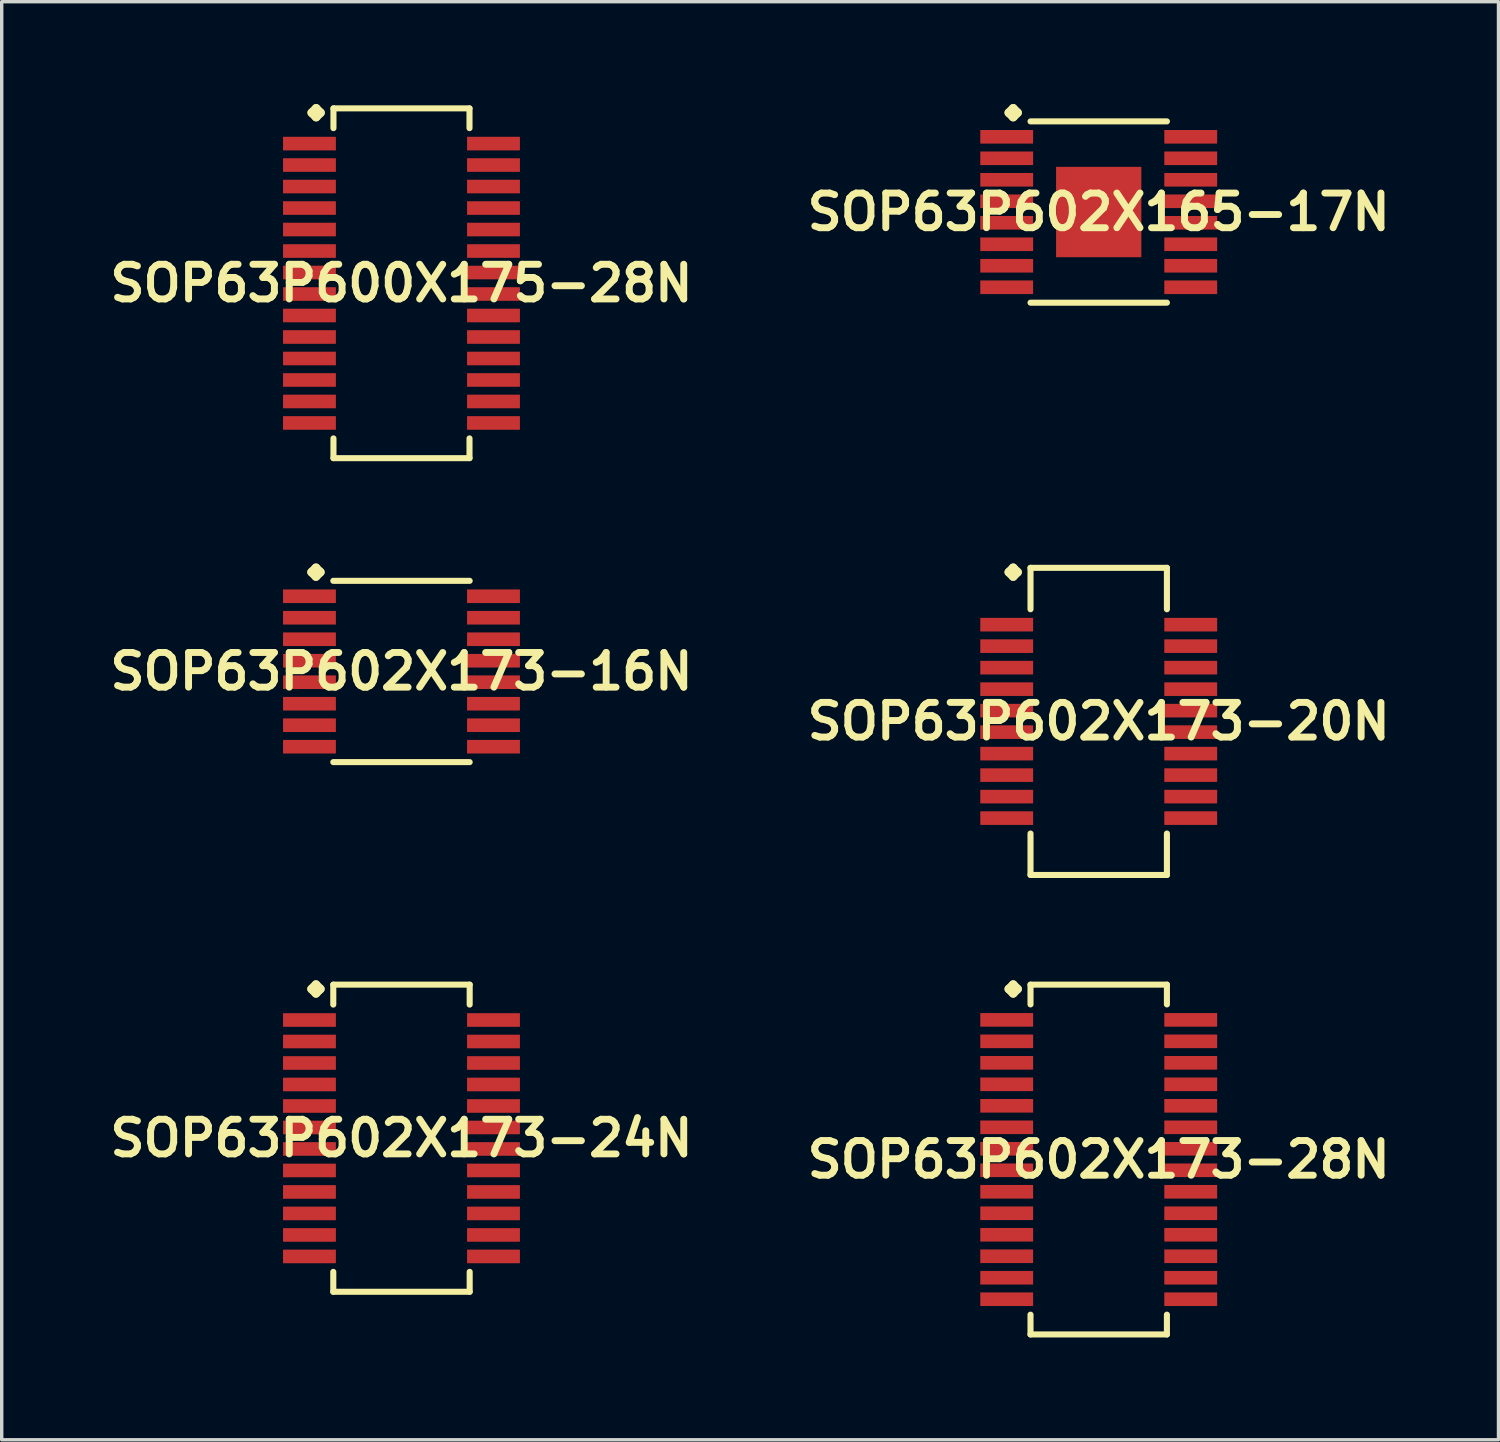
<source format=kicad_pcb>
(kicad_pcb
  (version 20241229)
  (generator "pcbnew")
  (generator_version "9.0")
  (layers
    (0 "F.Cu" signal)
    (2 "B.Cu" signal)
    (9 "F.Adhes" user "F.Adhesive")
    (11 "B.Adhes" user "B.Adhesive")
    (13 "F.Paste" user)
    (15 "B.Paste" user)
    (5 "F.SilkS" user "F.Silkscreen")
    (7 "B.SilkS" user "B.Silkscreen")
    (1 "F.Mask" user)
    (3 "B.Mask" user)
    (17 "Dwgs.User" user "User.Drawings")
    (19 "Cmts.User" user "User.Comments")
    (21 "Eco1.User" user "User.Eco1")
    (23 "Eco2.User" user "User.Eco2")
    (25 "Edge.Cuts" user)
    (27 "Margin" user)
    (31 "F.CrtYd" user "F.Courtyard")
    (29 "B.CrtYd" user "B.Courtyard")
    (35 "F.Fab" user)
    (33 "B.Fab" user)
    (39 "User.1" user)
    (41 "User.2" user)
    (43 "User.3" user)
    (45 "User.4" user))
  (footprint "SOP63P602X165-17N"
    (layer "F.Cu")
    (at 29.155 3.165)
    (property "Reference" "SOP63P602X165-17N" (at 0 0 0) (layer "F.SilkS") (effects (font (size 1.016 1.016) (thickness 0.203))))
    (attr smd)
    (fp_line (start -2.634 -2.911) (end -2.507 -3.038) (stroke (width 0.254) (type solid)) (layer "F.SilkS"))
    (fp_line (start -2.507 -3.038) (end -2.38 -2.911) (stroke (width 0.254) (type solid)) (layer "F.SilkS"))
    (fp_line (start -2.507 -2.784) (end -2.634 -2.911) (stroke (width 0.254) (type solid)) (layer "F.SilkS"))
    (fp_line (start -2.38 -2.911) (end -2.507 -2.784) (stroke (width 0.254) (type solid)) (layer "F.SilkS"))
    (fp_line (start -1.999 -2.657) (end 1.999 -2.657) (stroke (width 0.178) (type solid)) (layer "F.SilkS"))
    (fp_line (start -1.999 2.657) (end 1.999 2.657) (stroke (width 0.178) (type solid)) (layer "F.SilkS"))
    (pad "1" smd rect (at -2.697 -2.205) (size 1.549 0.399) (layers "F.Cu" "F.Mask" "F.Paste"))
    (pad "2" smd rect (at -2.697 -1.575) (size 1.549 0.399) (layers "F.Cu" "F.Mask" "F.Paste"))
    (pad "3" smd rect (at -2.697 -0.945) (size 1.549 0.399) (layers "F.Cu" "F.Mask" "F.Paste"))
    (pad "4" smd rect (at -2.697 -0.315) (size 1.549 0.399) (layers "F.Cu" "F.Mask" "F.Paste"))
    (pad "5" smd rect (at -2.697 0.315) (size 1.549 0.399) (layers "F.Cu" "F.Mask" "F.Paste"))
    (pad "6" smd rect (at -2.697 0.945) (size 1.549 0.399) (layers "F.Cu" "F.Mask" "F.Paste"))
    (pad "7" smd rect (at -2.697 1.575) (size 1.549 0.399) (layers "F.Cu" "F.Mask" "F.Paste"))
    (pad "8" smd rect (at -2.697 2.205) (size 1.549 0.399) (layers "F.Cu" "F.Mask" "F.Paste"))
    (pad "9" smd rect (at 2.697 2.205) (size 1.549 0.399) (layers "F.Cu" "F.Mask" "F.Paste"))
    (pad "10" smd rect (at 2.697 1.575) (size 1.549 0.399) (layers "F.Cu" "F.Mask" "F.Paste"))
    (pad "11" smd rect (at 2.697 0.945) (size 1.549 0.399) (layers "F.Cu" "F.Mask" "F.Paste"))
    (pad "12" smd rect (at 2.697 0.315) (size 1.549 0.399) (layers "F.Cu" "F.Mask" "F.Paste"))
    (pad "13" smd rect (at 2.697 -0.315) (size 1.549 0.399) (layers "F.Cu" "F.Mask" "F.Paste"))
    (pad "14" smd rect (at 2.697 -0.945) (size 1.549 0.399) (layers "F.Cu" "F.Mask" "F.Paste"))
    (pad "15" smd rect (at 2.697 -1.575) (size 1.549 0.399) (layers "F.Cu" "F.Mask" "F.Paste"))
    (pad "16" smd rect (at 2.697 -2.205) (size 1.549 0.399) (layers "F.Cu" "F.Mask" "F.Paste"))
    (pad "17" smd rect (at 0 0) (size 2.499 2.649) (layers "F.Cu" "F.Mask" "F.Paste")))
  (footprint "SOP63P602X173-16N"
    (layer "F.Cu")
    (at 8.718 16.632)
    (property "Reference" "SOP63P602X173-16N" (at 0 0 0) (layer "F.SilkS") (effects (font (size 1.016 1.016) (thickness 0.203))))
    (attr smd)
    (fp_line (start -2.634 -2.911) (end -2.507 -3.038) (stroke (width 0.254) (type solid)) (layer "F.SilkS"))
    (fp_line (start -2.507 -3.038) (end -2.38 -2.911) (stroke (width 0.254) (type solid)) (layer "F.SilkS"))
    (fp_line (start -2.507 -2.784) (end -2.634 -2.911) (stroke (width 0.254) (type solid)) (layer "F.SilkS"))
    (fp_line (start -2.38 -2.911) (end -2.507 -2.784) (stroke (width 0.254) (type solid)) (layer "F.SilkS"))
    (fp_line (start -1.999 -2.657) (end 1.999 -2.657) (stroke (width 0.178) (type solid)) (layer "F.SilkS"))
    (fp_line (start -1.999 2.657) (end 1.999 2.657) (stroke (width 0.178) (type solid)) (layer "F.SilkS"))
    (pad "1" smd rect (at -2.697 -2.205) (size 1.549 0.399) (layers "F.Cu" "F.Mask" "F.Paste"))
    (pad "2" smd rect (at -2.697 -1.575) (size 1.549 0.399) (layers "F.Cu" "F.Mask" "F.Paste"))
    (pad "3" smd rect (at -2.697 -0.945) (size 1.549 0.399) (layers "F.Cu" "F.Mask" "F.Paste"))
    (pad "4" smd rect (at -2.697 -0.315) (size 1.549 0.399) (layers "F.Cu" "F.Mask" "F.Paste"))
    (pad "5" smd rect (at -2.697 0.315) (size 1.549 0.399) (layers "F.Cu" "F.Mask" "F.Paste"))
    (pad "6" smd rect (at -2.697 0.945) (size 1.549 0.399) (layers "F.Cu" "F.Mask" "F.Paste"))
    (pad "7" smd rect (at -2.697 1.575) (size 1.549 0.399) (layers "F.Cu" "F.Mask" "F.Paste"))
    (pad "8" smd rect (at -2.697 2.205) (size 1.549 0.399) (layers "F.Cu" "F.Mask" "F.Paste"))
    (pad "9" smd rect (at 2.697 2.205) (size 1.549 0.399) (layers "F.Cu" "F.Mask" "F.Paste"))
    (pad "10" smd rect (at 2.697 1.575) (size 1.549 0.399) (layers "F.Cu" "F.Mask" "F.Paste"))
    (pad "11" smd rect (at 2.697 0.945) (size 1.549 0.399) (layers "F.Cu" "F.Mask" "F.Paste"))
    (pad "12" smd rect (at 2.697 0.315) (size 1.549 0.399) (layers "F.Cu" "F.Mask" "F.Paste"))
    (pad "13" smd rect (at 2.697 -0.315) (size 1.549 0.399) (layers "F.Cu" "F.Mask" "F.Paste"))
    (pad "14" smd rect (at 2.697 -0.945) (size 1.549 0.399) (layers "F.Cu" "F.Mask" "F.Paste"))
    (pad "15" smd rect (at 2.697 -1.575) (size 1.549 0.399) (layers "F.Cu" "F.Mask" "F.Paste"))
    (pad "16" smd rect (at 2.697 -2.205) (size 1.549 0.399) (layers "F.Cu" "F.Mask" "F.Paste")))
  (footprint "SOP63P602X173-20N"
    (layer "F.Cu")
    (at 29.155 18.095)
    (property "Reference" "SOP63P602X173-20N" (at 0 0 0) (layer "F.SilkS") (effects (font (size 1.016 1.016) (thickness 0.203))))
    (attr smd)
    (fp_line (start -2.634 -4.374) (end -2.507 -4.501) (stroke (width 0.254) (type solid)) (layer "F.SilkS"))
    (fp_line (start -2.507 -4.501) (end -2.38 -4.374) (stroke (width 0.254) (type solid)) (layer "F.SilkS"))
    (fp_line (start -2.507 -4.247) (end -2.634 -4.374) (stroke (width 0.254) (type solid)) (layer "F.SilkS"))
    (fp_line (start -2.38 -4.374) (end -2.507 -4.247) (stroke (width 0.254) (type solid)) (layer "F.SilkS"))
    (fp_line (start -1.999 -4.501) (end 1.999 -4.501) (stroke (width 0.178) (type solid)) (layer "F.SilkS"))
    (fp_line (start -1.999 -3.287) (end -1.999 -4.501) (stroke (width 0.178) (type solid)) (layer "F.SilkS"))
    (fp_line (start -1.999 3.287) (end -1.999 4.501) (stroke (width 0.178) (type solid)) (layer "F.SilkS"))
    (fp_line (start -1.999 4.501) (end 1.999 4.501) (stroke (width 0.178) (type solid)) (layer "F.SilkS"))
    (fp_line (start 1.999 -4.501) (end 1.999 -3.287) (stroke (width 0.178) (type solid)) (layer "F.SilkS"))
    (fp_line (start 1.999 4.501) (end 1.999 3.287) (stroke (width 0.178) (type solid)) (layer "F.SilkS"))
    (pad "1" smd rect (at -2.697 -2.835) (size 1.549 0.399) (layers "F.Cu" "F.Mask" "F.Paste"))
    (pad "2" smd rect (at -2.697 -2.205) (size 1.549 0.399) (layers "F.Cu" "F.Mask" "F.Paste"))
    (pad "3" smd rect (at -2.697 -1.575) (size 1.549 0.399) (layers "F.Cu" "F.Mask" "F.Paste"))
    (pad "4" smd rect (at -2.697 -0.945) (size 1.549 0.399) (layers "F.Cu" "F.Mask" "F.Paste"))
    (pad "5" smd rect (at -2.697 -0.315) (size 1.549 0.399) (layers "F.Cu" "F.Mask" "F.Paste"))
    (pad "6" smd rect (at -2.697 0.315) (size 1.549 0.399) (layers "F.Cu" "F.Mask" "F.Paste"))
    (pad "7" smd rect (at -2.697 0.945) (size 1.549 0.399) (layers "F.Cu" "F.Mask" "F.Paste"))
    (pad "8" smd rect (at -2.697 1.575) (size 1.549 0.399) (layers "F.Cu" "F.Mask" "F.Paste"))
    (pad "9" smd rect (at -2.697 2.205) (size 1.549 0.399) (layers "F.Cu" "F.Mask" "F.Paste"))
    (pad "10" smd rect (at -2.697 2.835) (size 1.549 0.399) (layers "F.Cu" "F.Mask" "F.Paste"))
    (pad "11" smd rect (at 2.697 2.835) (size 1.549 0.399) (layers "F.Cu" "F.Mask" "F.Paste"))
    (pad "12" smd rect (at 2.697 2.205) (size 1.549 0.399) (layers "F.Cu" "F.Mask" "F.Paste"))
    (pad "13" smd rect (at 2.697 1.575) (size 1.549 0.399) (layers "F.Cu" "F.Mask" "F.Paste"))
    (pad "14" smd rect (at 2.697 0.945) (size 1.549 0.399) (layers "F.Cu" "F.Mask" "F.Paste"))
    (pad "15" smd rect (at 2.697 0.315) (size 1.549 0.399) (layers "F.Cu" "F.Mask" "F.Paste"))
    (pad "16" smd rect (at 2.697 -0.315) (size 1.549 0.399) (layers "F.Cu" "F.Mask" "F.Paste"))
    (pad "17" smd rect (at 2.697 -0.945) (size 1.549 0.399) (layers "F.Cu" "F.Mask" "F.Paste"))
    (pad "18" smd rect (at 2.697 -1.575) (size 1.549 0.399) (layers "F.Cu" "F.Mask" "F.Paste"))
    (pad "19" smd rect (at 2.697 -2.205) (size 1.549 0.399) (layers "F.Cu" "F.Mask" "F.Paste"))
    (pad "20" smd rect (at 2.697 -2.835) (size 1.549 0.399) (layers "F.Cu" "F.Mask" "F.Paste")))
  (footprint "SOP63P602X173-28N"
    (layer "F.Cu")
    (at 29.155 30.938)
    (property "Reference" "SOP63P602X173-28N" (at 0 0 0) (layer "F.SilkS") (effects (font (size 1.016 1.016) (thickness 0.203))))
    (attr smd)
    (fp_line (start -2.634 -4.999) (end -2.507 -5.126) (stroke (width 0.254) (type solid)) (layer "F.SilkS"))
    (fp_line (start -2.507 -5.126) (end -2.38 -4.999) (stroke (width 0.254) (type solid)) (layer "F.SilkS"))
    (fp_line (start -2.507 -4.872) (end -2.634 -4.999) (stroke (width 0.254) (type solid)) (layer "F.SilkS"))
    (fp_line (start -2.38 -4.999) (end -2.507 -4.872) (stroke (width 0.254) (type solid)) (layer "F.SilkS"))
    (fp_line (start -1.999 -5.126) (end 1.999 -5.126) (stroke (width 0.178) (type solid)) (layer "F.SilkS"))
    (fp_line (start -1.999 -4.547) (end -1.999 -5.126) (stroke (width 0.178) (type solid)) (layer "F.SilkS"))
    (fp_line (start -1.999 4.547) (end -1.999 5.126) (stroke (width 0.178) (type solid)) (layer "F.SilkS"))
    (fp_line (start -1.999 5.126) (end 1.999 5.126) (stroke (width 0.178) (type solid)) (layer "F.SilkS"))
    (fp_line (start 1.999 -5.126) (end 1.999 -4.547) (stroke (width 0.178) (type solid)) (layer "F.SilkS"))
    (fp_line (start 1.999 5.126) (end 1.999 4.547) (stroke (width 0.178) (type solid)) (layer "F.SilkS"))
    (pad "1" smd rect (at -2.697 -4.094) (size 1.549 0.399) (layers "F.Cu" "F.Mask" "F.Paste"))
    (pad "2" smd rect (at -2.697 -3.465) (size 1.549 0.399) (layers "F.Cu" "F.Mask" "F.Paste"))
    (pad "3" smd rect (at -2.697 -2.835) (size 1.549 0.399) (layers "F.Cu" "F.Mask" "F.Paste"))
    (pad "4" smd rect (at -2.697 -2.205) (size 1.549 0.399) (layers "F.Cu" "F.Mask" "F.Paste"))
    (pad "5" smd rect (at -2.697 -1.575) (size 1.549 0.399) (layers "F.Cu" "F.Mask" "F.Paste"))
    (pad "6" smd rect (at -2.697 -0.945) (size 1.549 0.399) (layers "F.Cu" "F.Mask" "F.Paste"))
    (pad "7" smd rect (at -2.697 -0.315) (size 1.549 0.399) (layers "F.Cu" "F.Mask" "F.Paste"))
    (pad "8" smd rect (at -2.697 0.315) (size 1.549 0.399) (layers "F.Cu" "F.Mask" "F.Paste"))
    (pad "9" smd rect (at -2.697 0.945) (size 1.549 0.399) (layers "F.Cu" "F.Mask" "F.Paste"))
    (pad "10" smd rect (at -2.697 1.575) (size 1.549 0.399) (layers "F.Cu" "F.Mask" "F.Paste"))
    (pad "11" smd rect (at -2.697 2.205) (size 1.549 0.399) (layers "F.Cu" "F.Mask" "F.Paste"))
    (pad "12" smd rect (at -2.697 2.835) (size 1.549 0.399) (layers "F.Cu" "F.Mask" "F.Paste"))
    (pad "13" smd rect (at -2.697 3.465) (size 1.549 0.399) (layers "F.Cu" "F.Mask" "F.Paste"))
    (pad "14" smd rect (at -2.697 4.094) (size 1.549 0.399) (layers "F.Cu" "F.Mask" "F.Paste"))
    (pad "15" smd rect (at 2.697 4.094) (size 1.549 0.399) (layers "F.Cu" "F.Mask" "F.Paste"))
    (pad "16" smd rect (at 2.697 3.465) (size 1.549 0.399) (layers "F.Cu" "F.Mask" "F.Paste"))
    (pad "17" smd rect (at 2.697 2.835) (size 1.549 0.399) (layers "F.Cu" "F.Mask" "F.Paste"))
    (pad "18" smd rect (at 2.697 2.205) (size 1.549 0.399) (layers "F.Cu" "F.Mask" "F.Paste"))
    (pad "19" smd rect (at 2.697 1.575) (size 1.549 0.399) (layers "F.Cu" "F.Mask" "F.Paste"))
    (pad "20" smd rect (at 2.697 0.945) (size 1.549 0.399) (layers "F.Cu" "F.Mask" "F.Paste"))
    (pad "21" smd rect (at 2.697 0.315) (size 1.549 0.399) (layers "F.Cu" "F.Mask" "F.Paste"))
    (pad "22" smd rect (at 2.697 -0.315) (size 1.549 0.399) (layers "F.Cu" "F.Mask" "F.Paste"))
    (pad "23" smd rect (at 2.697 -0.945) (size 1.549 0.399) (layers "F.Cu" "F.Mask" "F.Paste"))
    (pad "24" smd rect (at 2.697 -1.575) (size 1.549 0.399) (layers "F.Cu" "F.Mask" "F.Paste"))
    (pad "25" smd rect (at 2.697 -2.205) (size 1.549 0.399) (layers "F.Cu" "F.Mask" "F.Paste"))
    (pad "26" smd rect (at 2.697 -2.835) (size 1.549 0.399) (layers "F.Cu" "F.Mask" "F.Paste"))
    (pad "27" smd rect (at 2.697 -3.465) (size 1.549 0.399) (layers "F.Cu" "F.Mask" "F.Paste"))
    (pad "28" smd rect (at 2.697 -4.094) (size 1.549 0.399) (layers "F.Cu" "F.Mask" "F.Paste")))
  (footprint "SOP63P600X175-28N"
    (layer "F.Cu")
    (at 8.718 5.253)
    (property "Reference" "SOP63P600X175-28N" (at 0 0 0) (layer "F.SilkS") (effects (font (size 1.016 1.016) (thickness 0.203))))
    (attr smd)
    (fp_line (start -2.629 -4.999) (end -2.502 -5.126) (stroke (width 0.254) (type solid)) (layer "F.SilkS"))
    (fp_line (start -2.502 -5.126) (end -2.375 -4.999) (stroke (width 0.254) (type solid)) (layer "F.SilkS"))
    (fp_line (start -2.502 -4.872) (end -2.629 -4.999) (stroke (width 0.254) (type solid)) (layer "F.SilkS"))
    (fp_line (start -2.375 -4.999) (end -2.502 -4.872) (stroke (width 0.254) (type solid)) (layer "F.SilkS"))
    (fp_line (start -1.994 -5.126) (end 1.994 -5.126) (stroke (width 0.178) (type solid)) (layer "F.SilkS"))
    (fp_line (start -1.994 -4.547) (end -1.994 -5.126) (stroke (width 0.178) (type solid)) (layer "F.SilkS"))
    (fp_line (start -1.994 4.547) (end -1.994 5.126) (stroke (width 0.178) (type solid)) (layer "F.SilkS"))
    (fp_line (start -1.994 5.126) (end 1.994 5.126) (stroke (width 0.178) (type solid)) (layer "F.SilkS"))
    (fp_line (start 1.994 -5.126) (end 1.994 -4.547) (stroke (width 0.178) (type solid)) (layer "F.SilkS"))
    (fp_line (start 1.994 5.126) (end 1.994 4.547) (stroke (width 0.178) (type solid)) (layer "F.SilkS"))
    (pad "1" smd rect (at -2.697 -4.094) (size 1.549 0.399) (layers "F.Cu" "F.Mask" "F.Paste"))
    (pad "2" smd rect (at -2.697 -3.465) (size 1.549 0.399) (layers "F.Cu" "F.Mask" "F.Paste"))
    (pad "3" smd rect (at -2.697 -2.835) (size 1.549 0.399) (layers "F.Cu" "F.Mask" "F.Paste"))
    (pad "4" smd rect (at -2.697 -2.205) (size 1.549 0.399) (layers "F.Cu" "F.Mask" "F.Paste"))
    (pad "5" smd rect (at -2.697 -1.575) (size 1.549 0.399) (layers "F.Cu" "F.Mask" "F.Paste"))
    (pad "6" smd rect (at -2.697 -0.945) (size 1.549 0.399) (layers "F.Cu" "F.Mask" "F.Paste"))
    (pad "7" smd rect (at -2.697 -0.315) (size 1.549 0.399) (layers "F.Cu" "F.Mask" "F.Paste"))
    (pad "8" smd rect (at -2.697 0.315) (size 1.549 0.399) (layers "F.Cu" "F.Mask" "F.Paste"))
    (pad "9" smd rect (at -2.697 0.945) (size 1.549 0.399) (layers "F.Cu" "F.Mask" "F.Paste"))
    (pad "10" smd rect (at -2.697 1.575) (size 1.549 0.399) (layers "F.Cu" "F.Mask" "F.Paste"))
    (pad "11" smd rect (at -2.697 2.205) (size 1.549 0.399) (layers "F.Cu" "F.Mask" "F.Paste"))
    (pad "12" smd rect (at -2.697 2.835) (size 1.549 0.399) (layers "F.Cu" "F.Mask" "F.Paste"))
    (pad "13" smd rect (at -2.697 3.465) (size 1.549 0.399) (layers "F.Cu" "F.Mask" "F.Paste"))
    (pad "14" smd rect (at -2.697 4.094) (size 1.549 0.399) (layers "F.Cu" "F.Mask" "F.Paste"))
    (pad "15" smd rect (at 2.697 4.094) (size 1.549 0.399) (layers "F.Cu" "F.Mask" "F.Paste"))
    (pad "16" smd rect (at 2.697 3.465) (size 1.549 0.399) (layers "F.Cu" "F.Mask" "F.Paste"))
    (pad "17" smd rect (at 2.697 2.835) (size 1.549 0.399) (layers "F.Cu" "F.Mask" "F.Paste"))
    (pad "18" smd rect (at 2.697 2.205) (size 1.549 0.399) (layers "F.Cu" "F.Mask" "F.Paste"))
    (pad "19" smd rect (at 2.697 1.575) (size 1.549 0.399) (layers "F.Cu" "F.Mask" "F.Paste"))
    (pad "20" smd rect (at 2.697 0.945) (size 1.549 0.399) (layers "F.Cu" "F.Mask" "F.Paste"))
    (pad "21" smd rect (at 2.697 0.315) (size 1.549 0.399) (layers "F.Cu" "F.Mask" "F.Paste"))
    (pad "22" smd rect (at 2.697 -0.315) (size 1.549 0.399) (layers "F.Cu" "F.Mask" "F.Paste"))
    (pad "23" smd rect (at 2.697 -0.945) (size 1.549 0.399) (layers "F.Cu" "F.Mask" "F.Paste"))
    (pad "24" smd rect (at 2.697 -1.575) (size 1.549 0.399) (layers "F.Cu" "F.Mask" "F.Paste"))
    (pad "25" smd rect (at 2.697 -2.205) (size 1.549 0.399) (layers "F.Cu" "F.Mask" "F.Paste"))
    (pad "26" smd rect (at 2.697 -2.835) (size 1.549 0.399) (layers "F.Cu" "F.Mask" "F.Paste"))
    (pad "27" smd rect (at 2.697 -3.465) (size 1.549 0.399) (layers "F.Cu" "F.Mask" "F.Paste"))
    (pad "28" smd rect (at 2.697 -4.094) (size 1.549 0.399) (layers "F.Cu" "F.Mask" "F.Paste")))
  (footprint "SOP63P602X173-24N"
    (layer "F.Cu")
    (at 8.718 30.313)
    (property "Reference" "SOP63P602X173-24N" (at 0 0 0) (layer "F.SilkS") (effects (font (size 1.016 1.016) (thickness 0.203))))
    (attr smd)
    (fp_line (start -2.634 -4.374) (end -2.507 -4.501) (stroke (width 0.254) (type solid)) (layer "F.SilkS"))
    (fp_line (start -2.507 -4.501) (end -2.38 -4.374) (stroke (width 0.254) (type solid)) (layer "F.SilkS"))
    (fp_line (start -2.507 -4.247) (end -2.634 -4.374) (stroke (width 0.254) (type solid)) (layer "F.SilkS"))
    (fp_line (start -2.38 -4.374) (end -2.507 -4.247) (stroke (width 0.254) (type solid)) (layer "F.SilkS"))
    (fp_line (start -1.999 -4.501) (end 1.999 -4.501) (stroke (width 0.178) (type solid)) (layer "F.SilkS"))
    (fp_line (start -1.999 -3.917) (end -1.999 -4.501) (stroke (width 0.178) (type solid)) (layer "F.SilkS"))
    (fp_line (start -1.999 3.917) (end -1.999 4.501) (stroke (width 0.178) (type solid)) (layer "F.SilkS"))
    (fp_line (start -1.999 4.501) (end 1.999 4.501) (stroke (width 0.178) (type solid)) (layer "F.SilkS"))
    (fp_line (start 1.999 -4.501) (end 1.999 -3.917) (stroke (width 0.178) (type solid)) (layer "F.SilkS"))
    (fp_line (start 1.999 4.501) (end 1.999 3.917) (stroke (width 0.178) (type solid)) (layer "F.SilkS"))
    (pad "1" smd rect (at -2.697 -3.465) (size 1.549 0.399) (layers "F.Cu" "F.Mask" "F.Paste"))
    (pad "2" smd rect (at -2.697 -2.835) (size 1.549 0.399) (layers "F.Cu" "F.Mask" "F.Paste"))
    (pad "3" smd rect (at -2.697 -2.205) (size 1.549 0.399) (layers "F.Cu" "F.Mask" "F.Paste"))
    (pad "4" smd rect (at -2.697 -1.575) (size 1.549 0.399) (layers "F.Cu" "F.Mask" "F.Paste"))
    (pad "5" smd rect (at -2.697 -0.945) (size 1.549 0.399) (layers "F.Cu" "F.Mask" "F.Paste"))
    (pad "6" smd rect (at -2.697 -0.315) (size 1.549 0.399) (layers "F.Cu" "F.Mask" "F.Paste"))
    (pad "7" smd rect (at -2.697 0.315) (size 1.549 0.399) (layers "F.Cu" "F.Mask" "F.Paste"))
    (pad "8" smd rect (at -2.697 0.945) (size 1.549 0.399) (layers "F.Cu" "F.Mask" "F.Paste"))
    (pad "9" smd rect (at -2.697 1.575) (size 1.549 0.399) (layers "F.Cu" "F.Mask" "F.Paste"))
    (pad "10" smd rect (at -2.697 2.205) (size 1.549 0.399) (layers "F.Cu" "F.Mask" "F.Paste"))
    (pad "11" smd rect (at -2.697 2.835) (size 1.549 0.399) (layers "F.Cu" "F.Mask" "F.Paste"))
    (pad "12" smd rect (at -2.697 3.465) (size 1.549 0.399) (layers "F.Cu" "F.Mask" "F.Paste"))
    (pad "13" smd rect (at 2.697 3.465) (size 1.549 0.399) (layers "F.Cu" "F.Mask" "F.Paste"))
    (pad "14" smd rect (at 2.697 2.835) (size 1.549 0.399) (layers "F.Cu" "F.Mask" "F.Paste"))
    (pad "15" smd rect (at 2.697 2.205) (size 1.549 0.399) (layers "F.Cu" "F.Mask" "F.Paste"))
    (pad "16" smd rect (at 2.697 1.575) (size 1.549 0.399) (layers "F.Cu" "F.Mask" "F.Paste"))
    (pad "17" smd rect (at 2.697 0.945) (size 1.549 0.399) (layers "F.Cu" "F.Mask" "F.Paste"))
    (pad "18" smd rect (at 2.697 0.315) (size 1.549 0.399) (layers "F.Cu" "F.Mask" "F.Paste"))
    (pad "19" smd rect (at 2.697 -0.315) (size 1.549 0.399) (layers "F.Cu" "F.Mask" "F.Paste"))
    (pad "20" smd rect (at 2.697 -0.945) (size 1.549 0.399) (layers "F.Cu" "F.Mask" "F.Paste"))
    (pad "21" smd rect (at 2.697 -1.575) (size 1.549 0.399) (layers "F.Cu" "F.Mask" "F.Paste"))
    (pad "22" smd rect (at 2.697 -2.205) (size 1.549 0.399) (layers "F.Cu" "F.Mask" "F.Paste"))
    (pad "23" smd rect (at 2.697 -2.835) (size 1.549 0.399) (layers "F.Cu" "F.Mask" "F.Paste"))
    (pad "24" smd rect (at 2.697 -3.465) (size 1.549 0.399) (layers "F.Cu" "F.Mask" "F.Paste")))
  (gr_rect
    (start -3 -3)
    (end 40.873 39.152)
    (stroke (width 0.1) (type default))
    (fill no)
    (layer "Edge.Cuts")))
</source>
